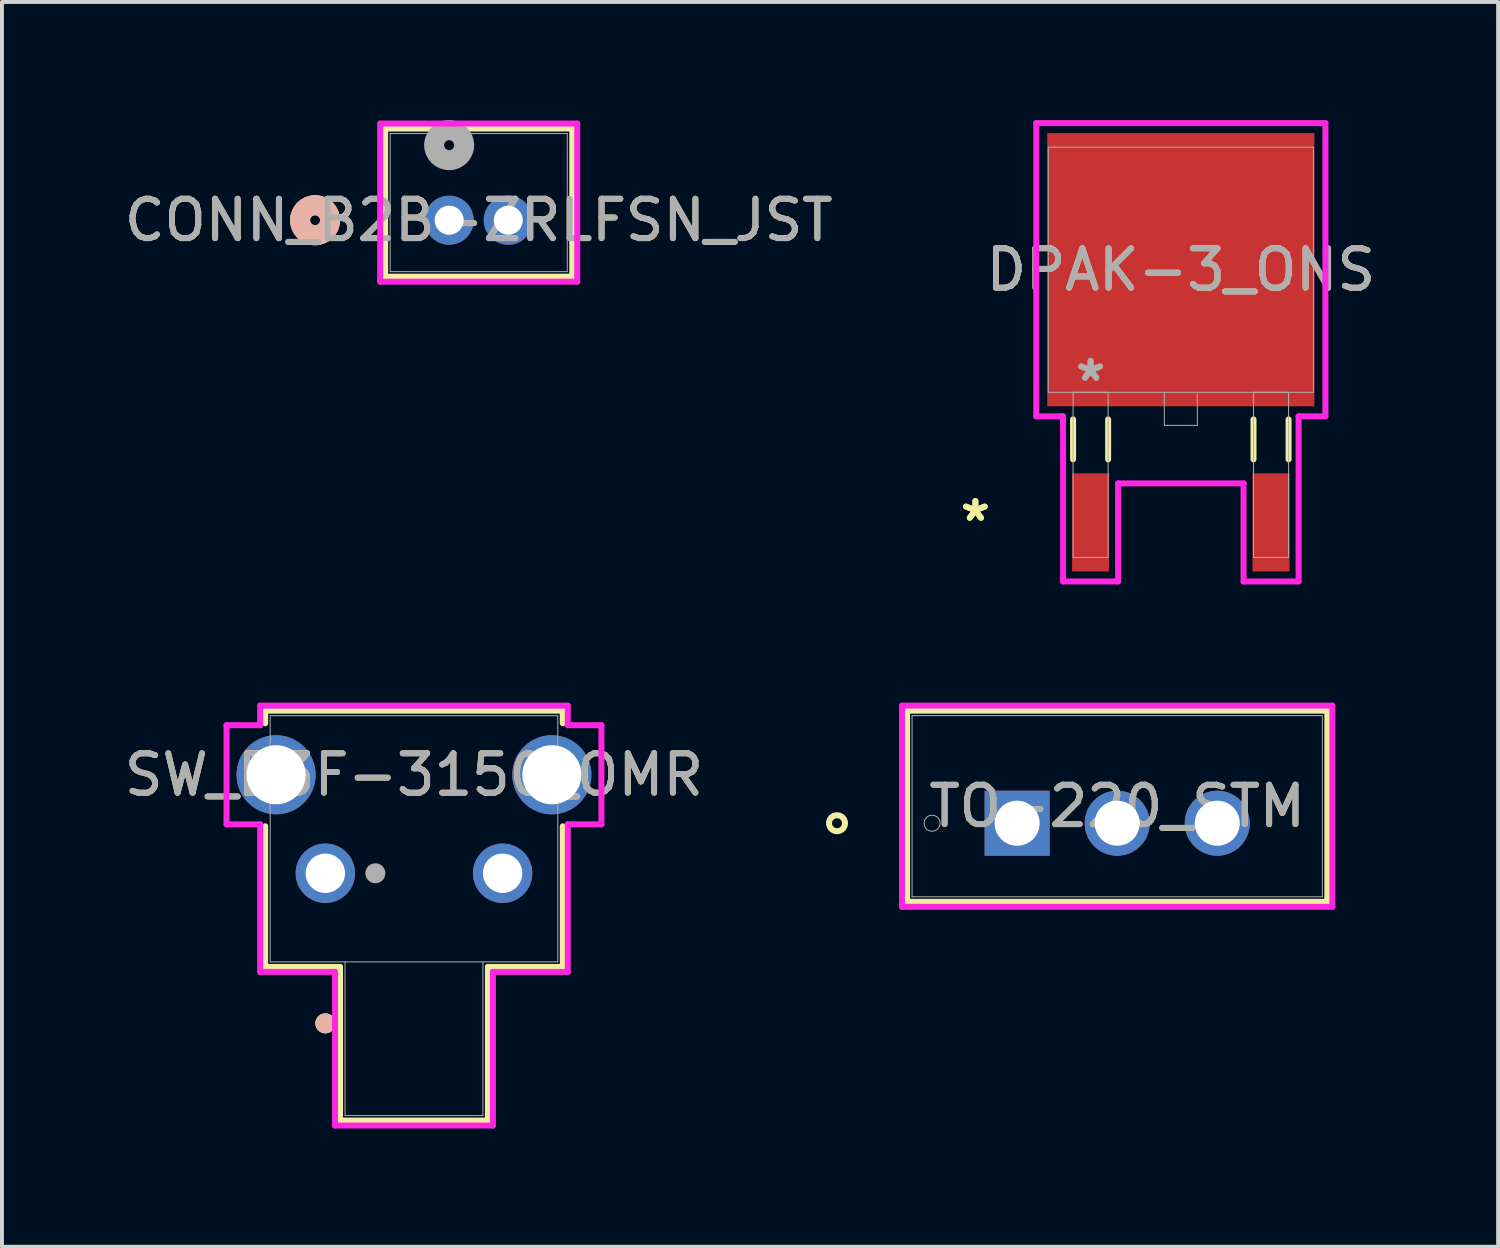
<source format=kicad_pcb>
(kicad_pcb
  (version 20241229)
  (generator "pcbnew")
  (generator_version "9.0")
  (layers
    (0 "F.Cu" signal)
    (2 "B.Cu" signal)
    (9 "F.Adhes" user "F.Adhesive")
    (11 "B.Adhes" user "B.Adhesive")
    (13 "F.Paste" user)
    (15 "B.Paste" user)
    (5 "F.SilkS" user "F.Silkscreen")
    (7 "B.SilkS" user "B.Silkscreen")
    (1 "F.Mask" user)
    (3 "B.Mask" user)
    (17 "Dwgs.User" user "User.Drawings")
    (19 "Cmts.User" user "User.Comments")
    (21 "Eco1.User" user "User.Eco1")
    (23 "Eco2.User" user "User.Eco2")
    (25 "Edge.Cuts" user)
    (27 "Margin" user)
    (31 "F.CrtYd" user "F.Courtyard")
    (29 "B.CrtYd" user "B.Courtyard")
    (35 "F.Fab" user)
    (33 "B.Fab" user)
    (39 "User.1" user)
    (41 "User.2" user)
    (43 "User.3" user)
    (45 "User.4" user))
  (footprint "DPAK-3_ONS"
    (layer "F.Cu")
    (at 26.923 3.797)
    (property "Reference" "DPAK-3_ONS" (at 0 0 0) (unlocked yes) (layer "F.SilkS") (effects (font (size 1 1) (thickness 0.15))))
    (attr smd)
    (fp_line (start -2.735 3.8) (end -2.735 4.813) (stroke (width 0.152) (type solid)) (layer "F.SilkS"))
    (fp_line (start -1.845 3.8) (end -1.845 4.813) (stroke (width 0.152) (type solid)) (layer "F.SilkS"))
    (fp_line (start 1.845 3.8) (end 1.845 4.813) (stroke (width 0.152) (type solid)) (layer "F.SilkS"))
    (fp_line (start 2.735 3.8) (end 2.735 4.813) (stroke (width 0.152) (type solid)) (layer "F.SilkS"))
    (fp_line (start -3.67 -3.721) (end 3.67 -3.721) (stroke (width 0.152) (type solid)) (layer "F.CrtYd"))
    (fp_line (start -3.67 3.721) (end -3.67 -3.721) (stroke (width 0.152) (type solid)) (layer "F.CrtYd"))
    (fp_line (start -2.989 3.721) (end -3.67 3.721) (stroke (width 0.152) (type solid)) (layer "F.CrtYd"))
    (fp_line (start -2.989 7.912) (end -2.989 3.721) (stroke (width 0.152) (type solid)) (layer "F.CrtYd"))
    (fp_line (start -1.592 5.423) (end -1.592 7.912) (stroke (width 0.152) (type solid)) (layer "F.CrtYd"))
    (fp_line (start -1.592 7.912) (end -2.989 7.912) (stroke (width 0.152) (type solid)) (layer "F.CrtYd"))
    (fp_line (start 1.592 5.423) (end -1.592 5.423) (stroke (width 0.152) (type solid)) (layer "F.CrtYd"))
    (fp_line (start 1.592 7.912) (end 1.592 5.423) (stroke (width 0.152) (type solid)) (layer "F.CrtYd"))
    (fp_line (start 2.989 3.721) (end 2.989 7.912) (stroke (width 0.152) (type solid)) (layer "F.CrtYd"))
    (fp_line (start 2.989 7.912) (end 1.592 7.912) (stroke (width 0.152) (type solid)) (layer "F.CrtYd"))
    (fp_line (start 3.67 -3.721) (end 3.67 3.721) (stroke (width 0.152) (type solid)) (layer "F.CrtYd"))
    (fp_line (start 3.67 3.721) (end 2.989 3.721) (stroke (width 0.152) (type solid)) (layer "F.CrtYd"))
    (fp_line (start -3.365 -3.111) (end -3.365 3.111) (stroke (width 0.025) (type solid)) (layer "F.Fab"))
    (fp_line (start -3.365 3.111) (end 3.365 3.111) (stroke (width 0.025) (type solid)) (layer "F.Fab"))
    (fp_line (start -2.735 3.111) (end -2.735 7.303) (stroke (width 0.025) (type solid)) (layer "F.Fab"))
    (fp_line (start -2.735 7.303) (end -1.846 7.303) (stroke (width 0.025) (type solid)) (layer "F.Fab"))
    (fp_line (start -1.846 3.111) (end -2.735 3.111) (stroke (width 0.025) (type solid)) (layer "F.Fab"))
    (fp_line (start -1.846 7.303) (end -1.846 3.111) (stroke (width 0.025) (type solid)) (layer "F.Fab"))
    (fp_line (start -0.419 3.111) (end -0.419 3.95) (stroke (width 0.025) (type solid)) (layer "F.Fab"))
    (fp_line (start -0.419 3.95) (end 0.419 3.95) (stroke (width 0.025) (type solid)) (layer "F.Fab"))
    (fp_line (start 0.419 3.95) (end 0.419 3.111) (stroke (width 0.025) (type solid)) (layer "F.Fab"))
    (fp_line (start 1.846 3.111) (end 1.846 7.303) (stroke (width 0.025) (type solid)) (layer "F.Fab"))
    (fp_line (start 1.846 7.303) (end 2.735 7.303) (stroke (width 0.025) (type solid)) (layer "F.Fab"))
    (fp_line (start 2.735 3.111) (end 1.846 3.111) (stroke (width 0.025) (type solid)) (layer "F.Fab"))
    (fp_line (start 2.735 7.303) (end 2.735 3.111) (stroke (width 0.025) (type solid)) (layer "F.Fab"))
    (fp_line (start 3.365 -3.111) (end -3.365 -3.111) (stroke (width 0.025) (type solid)) (layer "F.Fab"))
    (fp_line (start 3.365 3.111) (end 3.365 -3.111) (stroke (width 0.025) (type solid)) (layer "F.Fab"))
    (fp_text user "*" (at -5.215 6.413 0) (unlocked yes) (layer "F.SilkS") (effects (font (size 1 1) (thickness 0.15))))
    (fp_text user "*" (at -5.215 6.413 0) (layer "F.SilkS") (effects (font (size 1 1) (thickness 0.15))))
    (fp_text user "*" (at -2.29 2.857 0) (unlocked yes) (layer "F.Fab") (effects (font (size 1 1) (thickness 0.15))))
    (fp_text user "*" (at -2.29 2.857 0) (layer "F.Fab") (effects (font (size 1 1) (thickness 0.15))))
    (fp_text user "${REFERENCE}" (at 0 0 0) (unlocked yes) (layer "F.Fab") (effects (font (size 1 1) (thickness 0.15))))
    (pad "1" smd rect (at -2.29 6.413) (size 0.94 2.489) (layers "F.Cu" "F.Mask" "F.Paste"))
    (pad "2" smd rect (at 0 0) (size 6.782 6.934) (layers "F.Cu" "F.Mask" "F.Paste"))
    (pad "3" smd rect (at 2.29 6.413) (size 0.94 2.489) (layers "F.Cu" "F.Mask" "F.Paste")))
  (footprint "TO-220_STM"
    (layer "F.Cu")
    (at 22.768 17.846)
    (property "Reference" "TO-220_STM" (at 2.54 -0.432 0) (unlocked yes) (layer "F.SilkS") (effects (font (size 1 1) (thickness 0.15))))
    (attr through_hole)
    (fp_line (start -2.794 -2.857) (end -2.794 1.994) (stroke (width 0.152) (type solid)) (layer "F.SilkS"))
    (fp_line (start -2.794 1.994) (end 7.874 1.994) (stroke (width 0.152) (type solid)) (layer "F.SilkS"))
    (fp_line (start 7.874 -2.857) (end -2.794 -2.857) (stroke (width 0.152) (type solid)) (layer "F.SilkS"))
    (fp_line (start 7.874 1.994) (end 7.874 -2.857) (stroke (width 0.152) (type solid)) (layer "F.SilkS"))
    (fp_circle (center -4.572 0) (end -4.369 0) (stroke (width 0.152) (type solid)) (fill no) (layer "F.SilkS"))
    (fp_line (start -2.921 -2.985) (end 8.001 -2.985) (stroke (width 0.152) (type solid)) (layer "F.CrtYd"))
    (fp_line (start -2.921 2.121) (end -2.921 -2.985) (stroke (width 0.152) (type solid)) (layer "F.CrtYd"))
    (fp_line (start 8.001 -2.985) (end 8.001 2.121) (stroke (width 0.152) (type solid)) (layer "F.CrtYd"))
    (fp_line (start 8.001 2.121) (end -2.921 2.121) (stroke (width 0.152) (type solid)) (layer "F.CrtYd"))
    (fp_line (start -2.667 -2.731) (end -2.667 1.867) (stroke (width 0.025) (type solid)) (layer "F.Fab"))
    (fp_line (start -2.667 1.867) (end 7.747 1.867) (stroke (width 0.025) (type solid)) (layer "F.Fab"))
    (fp_line (start -0.254 0) (end 0.254 0) (stroke (width 0.152) (type solid)) (layer "F.Fab"))
    (fp_line (start 0 0.254) (end 0 -0.254) (stroke (width 0.152) (type solid)) (layer "F.Fab"))
    (fp_line (start 7.747 -2.731) (end -2.667 -2.731) (stroke (width 0.025) (type solid)) (layer "F.Fab"))
    (fp_line (start 7.747 1.867) (end 7.747 -2.731) (stroke (width 0.025) (type solid)) (layer "F.Fab"))
    (fp_circle (center -2.159 0) (end -1.956 0) (stroke (width 0.025) (type solid)) (fill no) (layer "F.Fab"))
    (fp_text user "${REFERENCE}" (at 2.54 -0.432 0) (unlocked yes) (layer "F.Fab") (effects (font (size 1 1) (thickness 0.15))))
    (pad "1" thru_hole rect (at 0 0) (size 1.651 1.651) (drill 1.143) (layers "*.Cu" "*.Mask"))
    (pad "2" thru_hole circle (at 2.54 0) (size 1.651 1.651) (drill 1.143) (layers "*.Cu" "*.Mask"))
    (pad "3" thru_hole circle (at 5.08 0) (size 1.651 1.651) (drill 1.143) (layers "*.Cu" "*.Mask")))
  (footprint "CONN_B2B-ZRLFSN_JST"
    (layer "F.Cu")
    (at 8.351 2.54)
    (property "Reference" "CONN_B2B-ZRLFSN_JST" (at 0.75 0 0) (unlocked yes) (layer "F.SilkS") (effects (font (size 1 1) (thickness 0.15))))
    (attr through_hole)
    (fp_line (start -1.625 -2.327) (end -1.625 1.432) (stroke (width 0.152) (type solid)) (layer "F.SilkS"))
    (fp_line (start -1.625 1.432) (end 3.125 1.432) (stroke (width 0.152) (type solid)) (layer "F.SilkS"))
    (fp_line (start 3.125 -2.327) (end -1.625 -2.327) (stroke (width 0.152) (type solid)) (layer "F.SilkS"))
    (fp_line (start 3.125 1.432) (end 3.125 -2.327) (stroke (width 0.152) (type solid)) (layer "F.SilkS"))
    (fp_circle (center -3.403 0) (end -3.022 0) (stroke (width 0.508) (type solid)) (fill no) (layer "F.SilkS"))
    (fp_circle (center -3.403 0) (end -3.022 0) (stroke (width 0.508) (type solid)) (fill no) (layer "B.SilkS"))
    (fp_line (start -1.752 -2.454) (end -1.752 1.559) (stroke (width 0.152) (type solid)) (layer "F.CrtYd"))
    (fp_line (start -1.752 1.559) (end 3.252 1.559) (stroke (width 0.152) (type solid)) (layer "F.CrtYd"))
    (fp_line (start 3.252 -2.454) (end -1.752 -2.454) (stroke (width 0.152) (type solid)) (layer "F.CrtYd"))
    (fp_line (start 3.252 1.559) (end 3.252 -2.454) (stroke (width 0.152) (type solid)) (layer "F.CrtYd"))
    (fp_line (start -1.498 -2.2) (end -1.498 1.305) (stroke (width 0.025) (type solid)) (layer "F.Fab"))
    (fp_line (start -1.498 1.305) (end 2.998 1.305) (stroke (width 0.025) (type solid)) (layer "F.Fab"))
    (fp_line (start 2.998 -2.2) (end -1.498 -2.2) (stroke (width 0.025) (type solid)) (layer "F.Fab"))
    (fp_line (start 2.998 1.305) (end 2.998 -2.2) (stroke (width 0.025) (type solid)) (layer "F.Fab"))
    (fp_circle (center 0 -1.905) (end 0.381 -1.905) (stroke (width 0.508) (type solid)) (fill no) (layer "F.Fab"))
    (fp_text user "${REFERENCE}" (at 0.75 0 0) (unlocked yes) (layer "F.Fab") (effects (font (size 1 1) (thickness 0.15))))
    (pad "1" thru_hole circle (at -0.000001 0) (size 1.245 1.245) (drill 0.737) (layers "*.Cu" "*.Mask"))
    (pad "2" thru_hole circle (at 1.5 0) (size 1.245 1.245) (drill 0.737) (layers "*.Cu" "*.Mask")))
  (footprint "SW_B3F-3150_OMR"
    (layer "F.Cu")
    (at 5.208 19.116)
    (property "Reference" "SW_B3F-3150_OMR" (at 2.25 -2.5 0) (unlocked yes) (layer "F.SilkS") (effects (font (size 1 1) (thickness 0.15))))
    (attr through_hole)
    (fp_line (start -1.527 -4.127) (end 6.027 -4.127) (stroke (width 0.152) (type solid)) (layer "F.SilkS"))
    (fp_line (start -1.527 -3.808) (end -1.527 -4.127) (stroke (width 0.152) (type solid)) (layer "F.SilkS"))
    (fp_line (start -1.527 2.377) (end -1.527 -1.192) (stroke (width 0.152) (type solid)) (layer "F.SilkS"))
    (fp_line (start 0.373 2.377) (end -1.527 2.377) (stroke (width 0.152) (type solid)) (layer "F.SilkS"))
    (fp_line (start 0.373 6.277) (end 0.373 2.377) (stroke (width 0.152) (type solid)) (layer "F.SilkS"))
    (fp_line (start 4.127 2.377) (end 4.127 6.277) (stroke (width 0.152) (type solid)) (layer "F.SilkS"))
    (fp_line (start 4.127 6.277) (end 0.373 6.277) (stroke (width 0.152) (type solid)) (layer "F.SilkS"))
    (fp_line (start 6.027 -4.127) (end 6.027 -3.808) (stroke (width 0.152) (type solid)) (layer "F.SilkS"))
    (fp_line (start 6.027 -1.192) (end 6.027 2.377) (stroke (width 0.152) (type solid)) (layer "F.SilkS"))
    (fp_line (start 6.027 2.377) (end 4.127 2.377) (stroke (width 0.152) (type solid)) (layer "F.SilkS"))
    (fp_circle (center 0 3.81) (end 0.127 3.81) (stroke (width 0.254) (type solid)) (fill no) (layer "F.SilkS"))
    (fp_circle (center 0 3.81) (end 0.127 3.81) (stroke (width 0.254) (type solid)) (fill no) (layer "B.SilkS"))
    (fp_line (start -2.508 -3.758) (end -2.508 -1.242) (stroke (width 0.152) (type solid)) (layer "F.CrtYd"))
    (fp_line (start -2.508 -1.242) (end -1.654 -1.242) (stroke (width 0.152) (type solid)) (layer "F.CrtYd"))
    (fp_line (start -1.654 -4.254) (end -1.654 -3.758) (stroke (width 0.152) (type solid)) (layer "F.CrtYd"))
    (fp_line (start -1.654 -3.758) (end -2.508 -3.758) (stroke (width 0.152) (type solid)) (layer "F.CrtYd"))
    (fp_line (start -1.654 -1.242) (end -1.654 2.504) (stroke (width 0.152) (type solid)) (layer "F.CrtYd"))
    (fp_line (start -1.654 2.504) (end 0.246 2.504) (stroke (width 0.152) (type solid)) (layer "F.CrtYd"))
    (fp_line (start 0.246 2.504) (end 0.246 6.404) (stroke (width 0.152) (type solid)) (layer "F.CrtYd"))
    (fp_line (start 0.246 6.404) (end 4.254 6.404) (stroke (width 0.152) (type solid)) (layer "F.CrtYd"))
    (fp_line (start 4.254 2.504) (end 6.154 2.504) (stroke (width 0.152) (type solid)) (layer "F.CrtYd"))
    (fp_line (start 4.254 6.404) (end 4.254 2.504) (stroke (width 0.152) (type solid)) (layer "F.CrtYd"))
    (fp_line (start 6.154 -4.254) (end -1.654 -4.254) (stroke (width 0.152) (type solid)) (layer "F.CrtYd"))
    (fp_line (start 6.154 -3.758) (end 6.154 -4.254) (stroke (width 0.152) (type solid)) (layer "F.CrtYd"))
    (fp_line (start 6.154 -1.242) (end 7.008 -1.242) (stroke (width 0.152) (type solid)) (layer "F.CrtYd"))
    (fp_line (start 6.154 2.504) (end 6.154 -1.242) (stroke (width 0.152) (type solid)) (layer "F.CrtYd"))
    (fp_line (start 7.008 -3.758) (end 6.154 -3.758) (stroke (width 0.152) (type solid)) (layer "F.CrtYd"))
    (fp_line (start 7.008 -1.242) (end 7.008 -3.758) (stroke (width 0.152) (type solid)) (layer "F.CrtYd"))
    (fp_line (start -1.4 -4) (end -1.4 2.25) (stroke (width 0.025) (type solid)) (layer "F.Fab"))
    (fp_line (start 0.5 2.25) (end 0.5 6.15) (stroke (width 0.025) (type solid)) (layer "F.Fab"))
    (fp_line (start 0.5 6.15) (end 4 6.15) (stroke (width 0.025) (type solid)) (layer "F.Fab"))
    (fp_line (start 4 6.15) (end 4 2.25) (stroke (width 0.025) (type solid)) (layer "F.Fab"))
    (fp_line (start 5.9 -4) (end -1.4 -4) (stroke (width 0.025) (type solid)) (layer "F.Fab"))
    (fp_line (start 5.9 -4) (end 5.9 2.25) (stroke (width 0.025) (type solid)) (layer "F.Fab"))
    (fp_line (start 5.9 2.25) (end -1.4 2.25) (stroke (width 0.025) (type solid)) (layer "F.Fab"))
    (fp_circle (center 1.27 0) (end 1.397 0) (stroke (width 0.254) (type solid)) (fill no) (layer "F.Fab"))
    (fp_text user "${REFERENCE}" (at 2.25 -2.5 0) (unlocked yes) (layer "F.Fab") (effects (font (size 1 1) (thickness 0.15))))
    (pad "1" thru_hole circle (at 0 0) (size 1.508 1.508) (drill 1) (layers "*.Cu" "*.Mask"))
    (pad "2" thru_hole circle (at 4.5 0) (size 1.508 1.508) (drill 1) (layers "*.Cu" "*.Mask"))
    (pad "3" thru_hole circle (at -1.25 -2.5) (size 2.008 2.008) (drill 1.5) (layers "*.Cu" "*.Mask"))
    (pad "4" thru_hole circle (at 5.75 -2.5) (size 2.008 2.008) (drill 1.5) (layers "*.Cu" "*.Mask")))
  (gr_rect
    (start -3 -3)
    (end 34.977 28.596)
    (stroke (width 0.1) (type default))
    (fill no)
    (layer "Edge.Cuts")))
</source>
